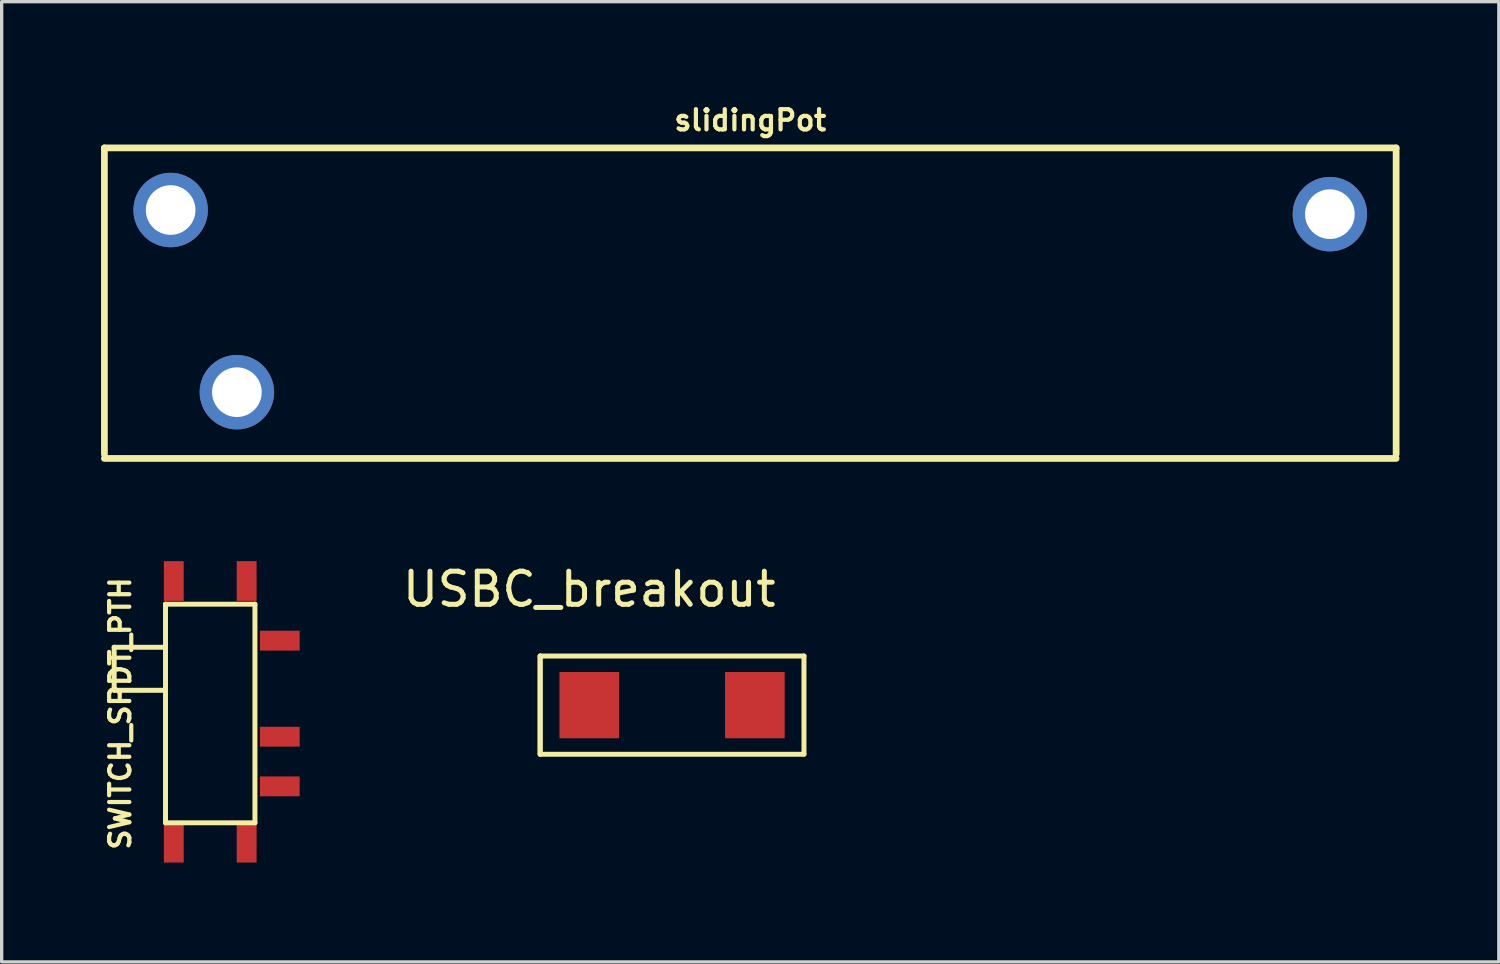
<source format=kicad_pcb>
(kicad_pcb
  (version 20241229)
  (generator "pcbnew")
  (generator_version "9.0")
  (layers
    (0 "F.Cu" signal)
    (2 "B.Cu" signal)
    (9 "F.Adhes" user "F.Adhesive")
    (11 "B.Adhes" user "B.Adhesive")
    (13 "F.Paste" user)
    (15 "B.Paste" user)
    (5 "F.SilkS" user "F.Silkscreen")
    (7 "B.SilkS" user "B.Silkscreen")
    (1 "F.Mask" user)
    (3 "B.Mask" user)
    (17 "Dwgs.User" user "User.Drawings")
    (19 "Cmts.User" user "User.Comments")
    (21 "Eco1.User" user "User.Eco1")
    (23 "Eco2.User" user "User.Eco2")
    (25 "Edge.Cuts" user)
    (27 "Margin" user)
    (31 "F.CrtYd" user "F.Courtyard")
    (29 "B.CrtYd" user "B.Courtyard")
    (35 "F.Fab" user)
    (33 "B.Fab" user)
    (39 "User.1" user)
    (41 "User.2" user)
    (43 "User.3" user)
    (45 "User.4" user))
  (footprint "USBC_breakout"
    (layer "F.Cu")
    (at 14.741 18.24)
    (property "Reference" "USBC_breakout" (at 0 -3.5 0) (layer "F.SilkS") (effects (font (size 1 1) (thickness 0.15))))
    (attr through_hole)
    (fp_line (start -1.483 -1.483) (end 6.483 -1.483) (stroke (width 0.15) (type solid)) (layer "F.SilkS"))
    (fp_line (start -1.483 1.48) (end -1.483 -1.483) (stroke (width 0.15) (type solid)) (layer "F.SilkS"))
    (fp_line (start -1.483 1.48) (end -1.483 -1.483) (stroke (width 0.15) (type solid)) (layer "F.SilkS"))
    (fp_line (start 6.483 -1.483) (end 6.483 1.48) (stroke (width 0.15) (type solid)) (layer "F.SilkS"))
    (fp_line (start 6.483 1.483) (end -1.483 1.483) (stroke (width 0.15) (type solid)) (layer "F.SilkS"))
    (pad "1" smd rect (at 0 0) (size 1.8 2) (layers "F.Cu" "F.Mask" "F.Paste"))
    (pad "2" smd rect (at 5 0) (size 1.8 2) (layers "F.Cu" "F.Mask" "F.Paste")))
  (footprint "SWITCH_SPDT_PTH"
    (layer "F.Cu")
    (at 3.297 18.492)
    (property "Reference" "SWITCH_SPDT_PTH" (at -2.718 0 90) (layer "F.SilkS") (effects (font (size 0.61 0.61) (thickness 0.127))))
    (attr exclude_from_pos_files exclude_from_bom)
    (fp_line (start -2.9 -2) (end -1.4 -2) (stroke (width 0.15) (type solid)) (layer "F.SilkS"))
    (fp_line (start -2.9 -0.7) (end -2.9 -2) (stroke (width 0.15) (type solid)) (layer "F.SilkS"))
    (fp_line (start -1.4 -0.7) (end -2.9 -0.7) (stroke (width 0.15) (type solid)) (layer "F.SilkS"))
    (fp_line (start -1.35 -3.3) (end -1.35 3.3) (stroke (width 0.15) (type solid)) (layer "F.SilkS"))
    (fp_line (start 1.35 -3.3) (end -1.35 -3.3) (stroke (width 0.15) (type solid)) (layer "F.SilkS"))
    (fp_line (start 1.35 -3.3) (end 1.35 3.3) (stroke (width 0.15) (type solid)) (layer "F.SilkS"))
    (fp_line (start 1.35 3.3) (end -1.35 3.3) (stroke (width 0.15) (type solid)) (layer "F.SilkS"))
    (pad "" smd rect (at -1.1 -4 90) (size 1.2 0.6) (layers "F.Cu" "F.Mask" "F.Paste"))
    (pad "" smd rect (at -1.1 3.9 90) (size 1.2 0.6) (layers "F.Cu" "F.Mask" "F.Paste"))
    (pad "" smd rect (at 1.1 -4 90) (size 1.2 0.6) (layers "F.Cu" "F.Mask" "F.Paste"))
    (pad "" smd rect (at 1.1 3.9 90) (size 1.2 0.6) (layers "F.Cu" "F.Mask" "F.Paste"))
    (pad "1" smd rect (at 2.1 -2.2) (size 1.2 0.6) (layers "F.Cu" "F.Mask" "F.Paste"))
    (pad "2" smd rect (at 2.1 0.7) (size 1.2 0.6) (layers "F.Cu" "F.Mask" "F.Paste"))
    (pad "3" smd rect (at 2.1 2.2) (size 1.2 0.6) (layers "F.Cu" "F.Mask" "F.Paste")))
  (footprint "slidingPot"
    (layer "F.Cu")
    (at 19.602 6.041)
    (property "Reference" "slidingPot" (at 0 -5.461 0) (layer "F.SilkS") (effects (font (size 0.61 0.61) (thickness 0.127))))
    (attr exclude_from_pos_files exclude_from_bom)
    (fp_line (start -19.5 -4.625) (end 19.5 -4.625) (stroke (width 0.203) (type solid)) (layer "F.SilkS"))
    (fp_line (start -19.5 4.625) (end -19.5 -4.625) (stroke (width 0.203) (type solid)) (layer "F.SilkS"))
    (fp_line (start -19.5 4.75) (end 19.5 4.75) (stroke (width 0.203) (type solid)) (layer "F.SilkS"))
    (fp_line (start 19.5 4.625) (end 19.5 -4.625) (stroke (width 0.203) (type solid)) (layer "F.SilkS"))
    (pad "BOTT" thru_hole circle (at 17.5 -2.625) (size 2.248 2.248) (drill 1.499) (layers "*.Cu" "*.Mask"))
    (pad "TOP" thru_hole circle (at -17.5 -2.75) (size 2.248 2.248) (drill 1.499) (layers "*.Cu" "*.Mask"))
    (pad "WIPE" thru_hole circle (at -15.5 2.75) (size 2.248 2.248) (drill 1.499) (layers "*.Cu" "*.Mask")))
  (gr_rect
    (start -3 -3)
    (end 42.203 25.992)
    (stroke (width 0.1) (type default))
    (fill no)
    (layer "Edge.Cuts")))
</source>
